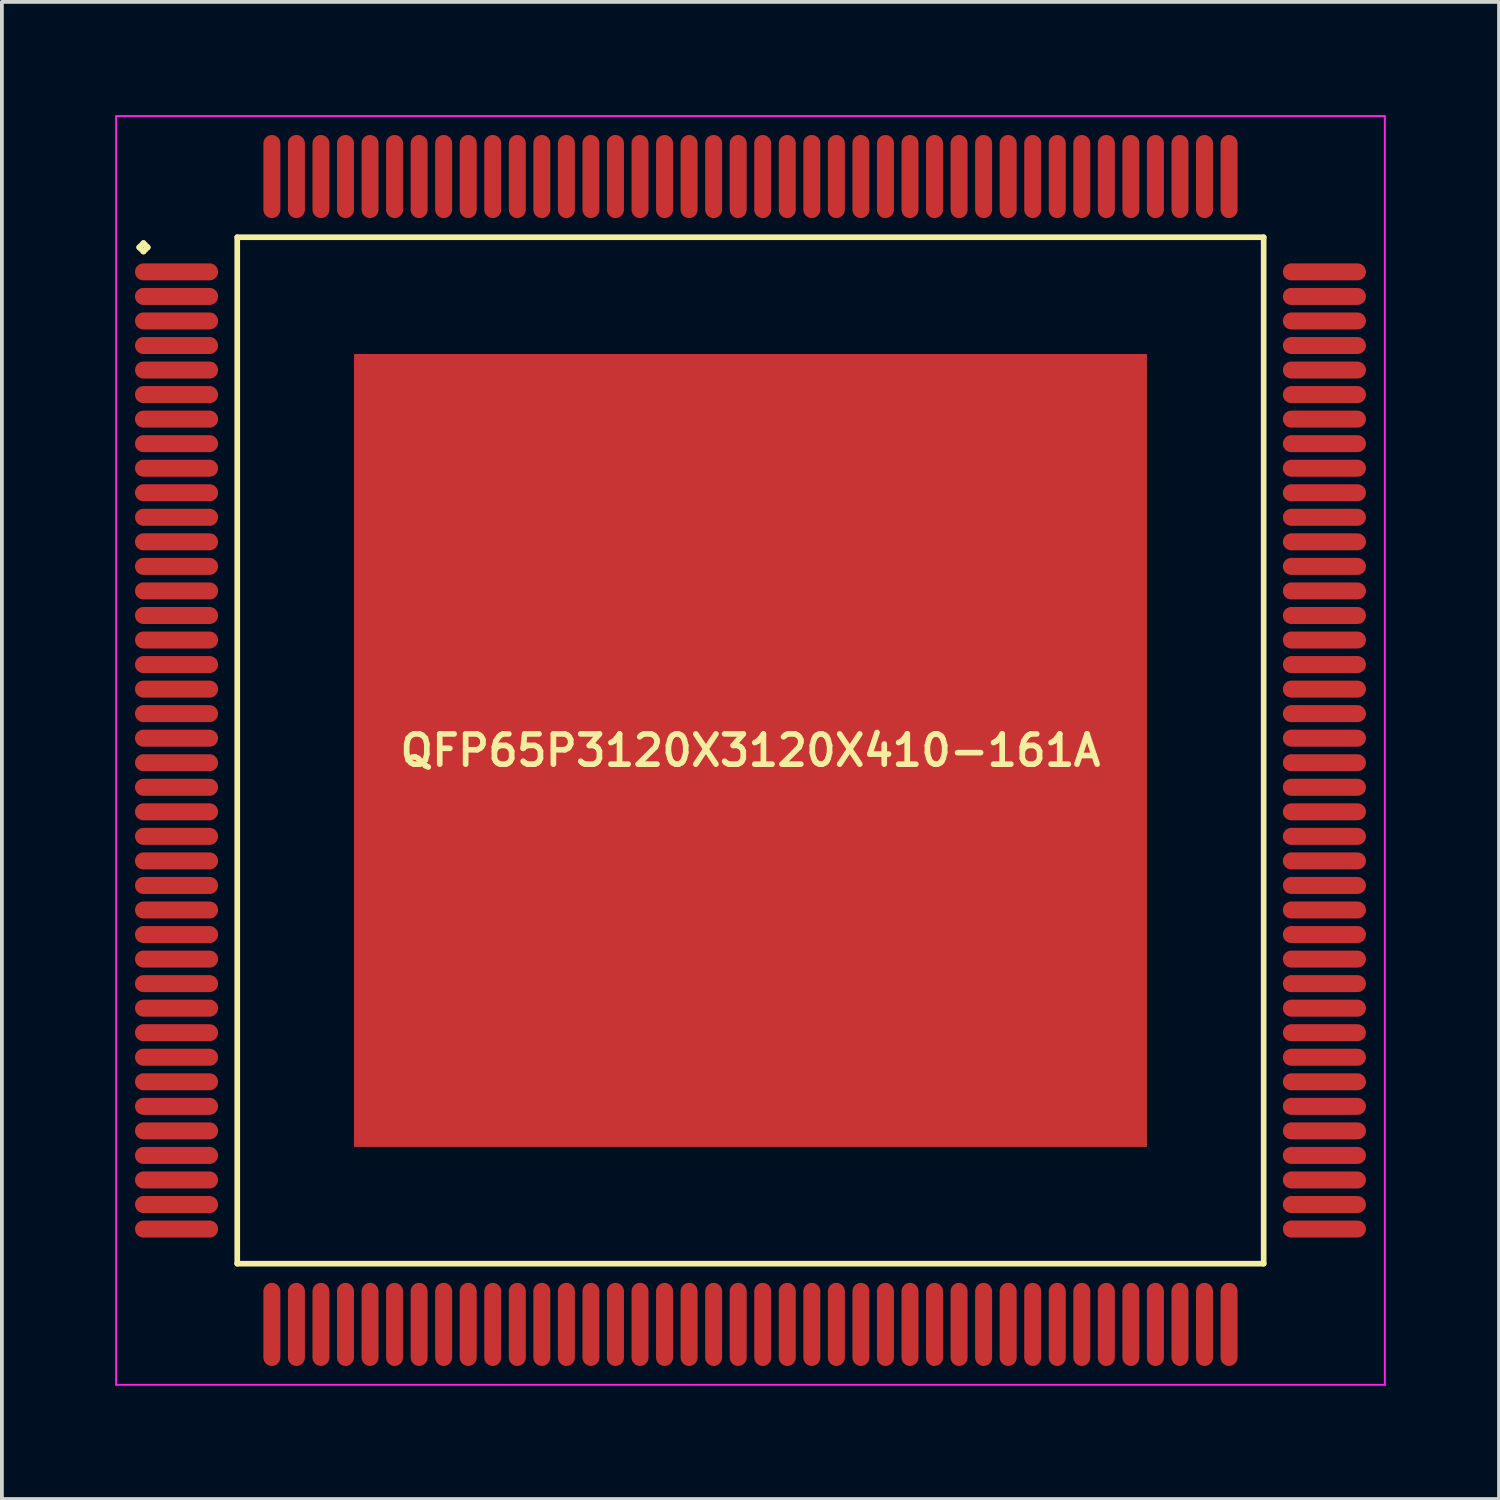
<source format=kicad_pcb>
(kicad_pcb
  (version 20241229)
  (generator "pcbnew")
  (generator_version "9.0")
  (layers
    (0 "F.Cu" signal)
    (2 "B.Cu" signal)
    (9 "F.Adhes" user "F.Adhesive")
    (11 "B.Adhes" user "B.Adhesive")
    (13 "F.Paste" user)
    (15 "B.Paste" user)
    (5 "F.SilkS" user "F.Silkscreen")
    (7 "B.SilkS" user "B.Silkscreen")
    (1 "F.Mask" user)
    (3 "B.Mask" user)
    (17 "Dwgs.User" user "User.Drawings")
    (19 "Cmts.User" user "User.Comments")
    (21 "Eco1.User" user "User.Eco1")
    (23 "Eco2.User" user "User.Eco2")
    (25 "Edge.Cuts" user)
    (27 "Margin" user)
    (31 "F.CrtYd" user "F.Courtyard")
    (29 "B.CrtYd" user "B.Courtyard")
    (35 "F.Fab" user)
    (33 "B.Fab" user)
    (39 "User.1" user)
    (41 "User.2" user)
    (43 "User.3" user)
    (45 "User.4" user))
  (footprint "QFP65P3120X3120X410-161A"
    (layer "F.Cu")
    (at 16.825 16.825)
    (property "Reference" "QFP65P3120X3120X410-161A" (at 0 0 0) (layer "F.SilkS") (effects (font (size 0.8 0.8) (thickness 0.15))))
    (attr smd)
    (fp_line (start -16.188 -13.325) (end -16.075 -13.438) (stroke (width 0.15) (type solid)) (layer "F.SilkS"))
    (fp_line (start -16.075 -13.438) (end -15.963 -13.325) (stroke (width 0.15) (type solid)) (layer "F.SilkS"))
    (fp_line (start -16.075 -13.213) (end -16.188 -13.325) (stroke (width 0.15) (type solid)) (layer "F.SilkS"))
    (fp_line (start -15.963 -13.325) (end -16.075 -13.213) (stroke (width 0.15) (type solid)) (layer "F.SilkS"))
    (fp_line (start -13.592 -13.592) (end -13.592 13.592) (stroke (width 0.15) (type solid)) (layer "F.SilkS"))
    (fp_line (start -13.592 13.592) (end 13.592 13.592) (stroke (width 0.15) (type solid)) (layer "F.SilkS"))
    (fp_line (start 13.592 -13.592) (end -13.592 -13.592) (stroke (width 0.15) (type solid)) (layer "F.SilkS"))
    (fp_line (start 13.592 13.592) (end 13.592 -13.592) (stroke (width 0.15) (type solid)) (layer "F.SilkS"))
    (fp_line (start -16.8 -16.8) (end 16.8 -16.8) (stroke (width 0.05) (type solid)) (layer "F.CrtYd"))
    (fp_line (start -16.8 16.8) (end -16.8 -16.8) (stroke (width 0.05) (type solid)) (layer "F.CrtYd"))
    (fp_line (start 16.8 -16.8) (end 16.8 16.8) (stroke (width 0.05) (type solid)) (layer "F.CrtYd"))
    (fp_line (start 16.8 16.8) (end -16.8 16.8) (stroke (width 0.05) (type solid)) (layer "F.CrtYd"))
    (pad "1" smd oval (at -15.2 -12.675) (size 2.2 0.45) (layers "F.Cu" "F.Mask" "F.Paste"))
    (pad "2" smd oval (at -15.2 -12.025) (size 2.2 0.45) (layers "F.Cu" "F.Mask" "F.Paste"))
    (pad "3" smd oval (at -15.2 -11.375) (size 2.2 0.45) (layers "F.Cu" "F.Mask" "F.Paste"))
    (pad "4" smd oval (at -15.2 -10.725) (size 2.2 0.45) (layers "F.Cu" "F.Mask" "F.Paste"))
    (pad "5" smd oval (at -15.2 -10.075) (size 2.2 0.45) (layers "F.Cu" "F.Mask" "F.Paste"))
    (pad "6" smd oval (at -15.2 -9.425) (size 2.2 0.45) (layers "F.Cu" "F.Mask" "F.Paste"))
    (pad "7" smd oval (at -15.2 -8.775) (size 2.2 0.45) (layers "F.Cu" "F.Mask" "F.Paste"))
    (pad "8" smd oval (at -15.2 -8.125) (size 2.2 0.45) (layers "F.Cu" "F.Mask" "F.Paste"))
    (pad "9" smd oval (at -15.2 -7.475) (size 2.2 0.45) (layers "F.Cu" "F.Mask" "F.Paste"))
    (pad "10" smd oval (at -15.2 -6.825) (size 2.2 0.45) (layers "F.Cu" "F.Mask" "F.Paste"))
    (pad "11" smd oval (at -15.2 -6.175) (size 2.2 0.45) (layers "F.Cu" "F.Mask" "F.Paste"))
    (pad "12" smd oval (at -15.2 -5.525) (size 2.2 0.45) (layers "F.Cu" "F.Mask" "F.Paste"))
    (pad "13" smd oval (at -15.2 -4.875) (size 2.2 0.45) (layers "F.Cu" "F.Mask" "F.Paste"))
    (pad "14" smd oval (at -15.2 -4.225) (size 2.2 0.45) (layers "F.Cu" "F.Mask" "F.Paste"))
    (pad "15" smd oval (at -15.2 -3.575) (size 2.2 0.45) (layers "F.Cu" "F.Mask" "F.Paste"))
    (pad "16" smd oval (at -15.2 -2.925) (size 2.2 0.45) (layers "F.Cu" "F.Mask" "F.Paste"))
    (pad "17" smd oval (at -15.2 -2.275) (size 2.2 0.45) (layers "F.Cu" "F.Mask" "F.Paste"))
    (pad "18" smd oval (at -15.2 -1.625) (size 2.2 0.45) (layers "F.Cu" "F.Mask" "F.Paste"))
    (pad "19" smd oval (at -15.2 -0.975) (size 2.2 0.45) (layers "F.Cu" "F.Mask" "F.Paste"))
    (pad "20" smd oval (at -15.2 -0.325) (size 2.2 0.45) (layers "F.Cu" "F.Mask" "F.Paste"))
    (pad "21" smd oval (at -15.2 0.325) (size 2.2 0.45) (layers "F.Cu" "F.Mask" "F.Paste"))
    (pad "22" smd oval (at -15.2 0.975) (size 2.2 0.45) (layers "F.Cu" "F.Mask" "F.Paste"))
    (pad "23" smd oval (at -15.2 1.625) (size 2.2 0.45) (layers "F.Cu" "F.Mask" "F.Paste"))
    (pad "24" smd oval (at -15.2 2.275) (size 2.2 0.45) (layers "F.Cu" "F.Mask" "F.Paste"))
    (pad "25" smd oval (at -15.2 2.925) (size 2.2 0.45) (layers "F.Cu" "F.Mask" "F.Paste"))
    (pad "26" smd oval (at -15.2 3.575) (size 2.2 0.45) (layers "F.Cu" "F.Mask" "F.Paste"))
    (pad "27" smd oval (at -15.2 4.225) (size 2.2 0.45) (layers "F.Cu" "F.Mask" "F.Paste"))
    (pad "28" smd oval (at -15.2 4.875) (size 2.2 0.45) (layers "F.Cu" "F.Mask" "F.Paste"))
    (pad "29" smd oval (at -15.2 5.525) (size 2.2 0.45) (layers "F.Cu" "F.Mask" "F.Paste"))
    (pad "30" smd oval (at -15.2 6.175) (size 2.2 0.45) (layers "F.Cu" "F.Mask" "F.Paste"))
    (pad "31" smd oval (at -15.2 6.825) (size 2.2 0.45) (layers "F.Cu" "F.Mask" "F.Paste"))
    (pad "32" smd oval (at -15.2 7.475) (size 2.2 0.45) (layers "F.Cu" "F.Mask" "F.Paste"))
    (pad "33" smd oval (at -15.2 8.125) (size 2.2 0.45) (layers "F.Cu" "F.Mask" "F.Paste"))
    (pad "34" smd oval (at -15.2 8.775) (size 2.2 0.45) (layers "F.Cu" "F.Mask" "F.Paste"))
    (pad "35" smd oval (at -15.2 9.425) (size 2.2 0.45) (layers "F.Cu" "F.Mask" "F.Paste"))
    (pad "36" smd oval (at -15.2 10.075) (size 2.2 0.45) (layers "F.Cu" "F.Mask" "F.Paste"))
    (pad "37" smd oval (at -15.2 10.725) (size 2.2 0.45) (layers "F.Cu" "F.Mask" "F.Paste"))
    (pad "38" smd oval (at -15.2 11.375) (size 2.2 0.45) (layers "F.Cu" "F.Mask" "F.Paste"))
    (pad "39" smd oval (at -15.2 12.025) (size 2.2 0.45) (layers "F.Cu" "F.Mask" "F.Paste"))
    (pad "40" smd oval (at -15.2 12.675) (size 2.2 0.45) (layers "F.Cu" "F.Mask" "F.Paste"))
    (pad "41" smd oval (at -12.675 15.2) (size 0.45 2.2) (layers "F.Cu" "F.Mask" "F.Paste"))
    (pad "42" smd oval (at -12.025 15.2) (size 0.45 2.2) (layers "F.Cu" "F.Mask" "F.Paste"))
    (pad "43" smd oval (at -11.375 15.2) (size 0.45 2.2) (layers "F.Cu" "F.Mask" "F.Paste"))
    (pad "44" smd oval (at -10.725 15.2) (size 0.45 2.2) (layers "F.Cu" "F.Mask" "F.Paste"))
    (pad "45" smd oval (at -10.075 15.2) (size 0.45 2.2) (layers "F.Cu" "F.Mask" "F.Paste"))
    (pad "46" smd oval (at -9.425 15.2) (size 0.45 2.2) (layers "F.Cu" "F.Mask" "F.Paste"))
    (pad "47" smd oval (at -8.775 15.2) (size 0.45 2.2) (layers "F.Cu" "F.Mask" "F.Paste"))
    (pad "48" smd oval (at -8.125 15.2) (size 0.45 2.2) (layers "F.Cu" "F.Mask" "F.Paste"))
    (pad "49" smd oval (at -7.475 15.2) (size 0.45 2.2) (layers "F.Cu" "F.Mask" "F.Paste"))
    (pad "50" smd oval (at -6.825 15.2) (size 0.45 2.2) (layers "F.Cu" "F.Mask" "F.Paste"))
    (pad "51" smd oval (at -6.175 15.2) (size 0.45 2.2) (layers "F.Cu" "F.Mask" "F.Paste"))
    (pad "52" smd oval (at -5.525 15.2) (size 0.45 2.2) (layers "F.Cu" "F.Mask" "F.Paste"))
    (pad "53" smd oval (at -4.875 15.2) (size 0.45 2.2) (layers "F.Cu" "F.Mask" "F.Paste"))
    (pad "54" smd oval (at -4.225 15.2) (size 0.45 2.2) (layers "F.Cu" "F.Mask" "F.Paste"))
    (pad "55" smd oval (at -3.575 15.2) (size 0.45 2.2) (layers "F.Cu" "F.Mask" "F.Paste"))
    (pad "56" smd oval (at -2.925 15.2) (size 0.45 2.2) (layers "F.Cu" "F.Mask" "F.Paste"))
    (pad "57" smd oval (at -2.275 15.2) (size 0.45 2.2) (layers "F.Cu" "F.Mask" "F.Paste"))
    (pad "58" smd oval (at -1.625 15.2) (size 0.45 2.2) (layers "F.Cu" "F.Mask" "F.Paste"))
    (pad "59" smd oval (at -0.975 15.2) (size 0.45 2.2) (layers "F.Cu" "F.Mask" "F.Paste"))
    (pad "60" smd oval (at -0.325 15.2) (size 0.45 2.2) (layers "F.Cu" "F.Mask" "F.Paste"))
    (pad "61" smd oval (at 0.325 15.2) (size 0.45 2.2) (layers "F.Cu" "F.Mask" "F.Paste"))
    (pad "62" smd oval (at 0.975 15.2) (size 0.45 2.2) (layers "F.Cu" "F.Mask" "F.Paste"))
    (pad "63" smd oval (at 1.625 15.2) (size 0.45 2.2) (layers "F.Cu" "F.Mask" "F.Paste"))
    (pad "64" smd oval (at 2.275 15.2) (size 0.45 2.2) (layers "F.Cu" "F.Mask" "F.Paste"))
    (pad "65" smd oval (at 2.925 15.2) (size 0.45 2.2) (layers "F.Cu" "F.Mask" "F.Paste"))
    (pad "66" smd oval (at 3.575 15.2) (size 0.45 2.2) (layers "F.Cu" "F.Mask" "F.Paste"))
    (pad "67" smd oval (at 4.225 15.2) (size 0.45 2.2) (layers "F.Cu" "F.Mask" "F.Paste"))
    (pad "68" smd oval (at 4.875 15.2) (size 0.45 2.2) (layers "F.Cu" "F.Mask" "F.Paste"))
    (pad "69" smd oval (at 5.525 15.2) (size 0.45 2.2) (layers "F.Cu" "F.Mask" "F.Paste"))
    (pad "70" smd oval (at 6.175 15.2) (size 0.45 2.2) (layers "F.Cu" "F.Mask" "F.Paste"))
    (pad "71" smd oval (at 6.825 15.2) (size 0.45 2.2) (layers "F.Cu" "F.Mask" "F.Paste"))
    (pad "72" smd oval (at 7.475 15.2) (size 0.45 2.2) (layers "F.Cu" "F.Mask" "F.Paste"))
    (pad "73" smd oval (at 8.125 15.2) (size 0.45 2.2) (layers "F.Cu" "F.Mask" "F.Paste"))
    (pad "74" smd oval (at 8.775 15.2) (size 0.45 2.2) (layers "F.Cu" "F.Mask" "F.Paste"))
    (pad "75" smd oval (at 9.425 15.2) (size 0.45 2.2) (layers "F.Cu" "F.Mask" "F.Paste"))
    (pad "76" smd oval (at 10.075 15.2) (size 0.45 2.2) (layers "F.Cu" "F.Mask" "F.Paste"))
    (pad "77" smd oval (at 10.725 15.2) (size 0.45 2.2) (layers "F.Cu" "F.Mask" "F.Paste"))
    (pad "78" smd oval (at 11.375 15.2) (size 0.45 2.2) (layers "F.Cu" "F.Mask" "F.Paste"))
    (pad "79" smd oval (at 12.025 15.2) (size 0.45 2.2) (layers "F.Cu" "F.Mask" "F.Paste"))
    (pad "80" smd oval (at 12.675 15.2) (size 0.45 2.2) (layers "F.Cu" "F.Mask" "F.Paste"))
    (pad "81" smd oval (at 15.2 12.675) (size 2.2 0.45) (layers "F.Cu" "F.Mask" "F.Paste"))
    (pad "82" smd oval (at 15.2 12.025) (size 2.2 0.45) (layers "F.Cu" "F.Mask" "F.Paste"))
    (pad "83" smd oval (at 15.2 11.375) (size 2.2 0.45) (layers "F.Cu" "F.Mask" "F.Paste"))
    (pad "84" smd oval (at 15.2 10.725) (size 2.2 0.45) (layers "F.Cu" "F.Mask" "F.Paste"))
    (pad "85" smd oval (at 15.2 10.075) (size 2.2 0.45) (layers "F.Cu" "F.Mask" "F.Paste"))
    (pad "86" smd oval (at 15.2 9.425) (size 2.2 0.45) (layers "F.Cu" "F.Mask" "F.Paste"))
    (pad "87" smd oval (at 15.2 8.775) (size 2.2 0.45) (layers "F.Cu" "F.Mask" "F.Paste"))
    (pad "88" smd oval (at 15.2 8.125) (size 2.2 0.45) (layers "F.Cu" "F.Mask" "F.Paste"))
    (pad "89" smd oval (at 15.2 7.475) (size 2.2 0.45) (layers "F.Cu" "F.Mask" "F.Paste"))
    (pad "90" smd oval (at 15.2 6.825) (size 2.2 0.45) (layers "F.Cu" "F.Mask" "F.Paste"))
    (pad "91" smd oval (at 15.2 6.175) (size 2.2 0.45) (layers "F.Cu" "F.Mask" "F.Paste"))
    (pad "92" smd oval (at 15.2 5.525) (size 2.2 0.45) (layers "F.Cu" "F.Mask" "F.Paste"))
    (pad "93" smd oval (at 15.2 4.875) (size 2.2 0.45) (layers "F.Cu" "F.Mask" "F.Paste"))
    (pad "94" smd oval (at 15.2 4.225) (size 2.2 0.45) (layers "F.Cu" "F.Mask" "F.Paste"))
    (pad "95" smd oval (at 15.2 3.575) (size 2.2 0.45) (layers "F.Cu" "F.Mask" "F.Paste"))
    (pad "96" smd oval (at 15.2 2.925) (size 2.2 0.45) (layers "F.Cu" "F.Mask" "F.Paste"))
    (pad "97" smd oval (at 15.2 2.275) (size 2.2 0.45) (layers "F.Cu" "F.Mask" "F.Paste"))
    (pad "98" smd oval (at 15.2 1.625) (size 2.2 0.45) (layers "F.Cu" "F.Mask" "F.Paste"))
    (pad "99" smd oval (at 15.2 0.975) (size 2.2 0.45) (layers "F.Cu" "F.Mask" "F.Paste"))
    (pad "100" smd oval (at 15.2 0.325) (size 2.2 0.45) (layers "F.Cu" "F.Mask" "F.Paste"))
    (pad "101" smd oval (at 15.2 -0.325) (size 2.2 0.45) (layers "F.Cu" "F.Mask" "F.Paste"))
    (pad "102" smd oval (at 15.2 -0.975) (size 2.2 0.45) (layers "F.Cu" "F.Mask" "F.Paste"))
    (pad "103" smd oval (at 15.2 -1.625) (size 2.2 0.45) (layers "F.Cu" "F.Mask" "F.Paste"))
    (pad "104" smd oval (at 15.2 -2.275) (size 2.2 0.45) (layers "F.Cu" "F.Mask" "F.Paste"))
    (pad "105" smd oval (at 15.2 -2.925) (size 2.2 0.45) (layers "F.Cu" "F.Mask" "F.Paste"))
    (pad "106" smd oval (at 15.2 -3.575) (size 2.2 0.45) (layers "F.Cu" "F.Mask" "F.Paste"))
    (pad "107" smd oval (at 15.2 -4.225) (size 2.2 0.45) (layers "F.Cu" "F.Mask" "F.Paste"))
    (pad "108" smd oval (at 15.2 -4.875) (size 2.2 0.45) (layers "F.Cu" "F.Mask" "F.Paste"))
    (pad "109" smd oval (at 15.2 -5.525) (size 2.2 0.45) (layers "F.Cu" "F.Mask" "F.Paste"))
    (pad "110" smd oval (at 15.2 -6.175) (size 2.2 0.45) (layers "F.Cu" "F.Mask" "F.Paste"))
    (pad "111" smd oval (at 15.2 -6.825) (size 2.2 0.45) (layers "F.Cu" "F.Mask" "F.Paste"))
    (pad "112" smd oval (at 15.2 -7.475) (size 2.2 0.45) (layers "F.Cu" "F.Mask" "F.Paste"))
    (pad "113" smd oval (at 15.2 -8.125) (size 2.2 0.45) (layers "F.Cu" "F.Mask" "F.Paste"))
    (pad "114" smd oval (at 15.2 -8.775) (size 2.2 0.45) (layers "F.Cu" "F.Mask" "F.Paste"))
    (pad "115" smd oval (at 15.2 -9.425) (size 2.2 0.45) (layers "F.Cu" "F.Mask" "F.Paste"))
    (pad "116" smd oval (at 15.2 -10.075) (size 2.2 0.45) (layers "F.Cu" "F.Mask" "F.Paste"))
    (pad "117" smd oval (at 15.2 -10.725) (size 2.2 0.45) (layers "F.Cu" "F.Mask" "F.Paste"))
    (pad "118" smd oval (at 15.2 -11.375) (size 2.2 0.45) (layers "F.Cu" "F.Mask" "F.Paste"))
    (pad "119" smd oval (at 15.2 -12.025) (size 2.2 0.45) (layers "F.Cu" "F.Mask" "F.Paste"))
    (pad "120" smd oval (at 15.2 -12.675) (size 2.2 0.45) (layers "F.Cu" "F.Mask" "F.Paste"))
    (pad "121" smd oval (at 12.675 -15.2) (size 0.45 2.2) (layers "F.Cu" "F.Mask" "F.Paste"))
    (pad "122" smd oval (at 12.025 -15.2) (size 0.45 2.2) (layers "F.Cu" "F.Mask" "F.Paste"))
    (pad "123" smd oval (at 11.375 -15.2) (size 0.45 2.2) (layers "F.Cu" "F.Mask" "F.Paste"))
    (pad "124" smd oval (at 10.725 -15.2) (size 0.45 2.2) (layers "F.Cu" "F.Mask" "F.Paste"))
    (pad "125" smd oval (at 10.075 -15.2) (size 0.45 2.2) (layers "F.Cu" "F.Mask" "F.Paste"))
    (pad "126" smd oval (at 9.425 -15.2) (size 0.45 2.2) (layers "F.Cu" "F.Mask" "F.Paste"))
    (pad "127" smd oval (at 8.775 -15.2) (size 0.45 2.2) (layers "F.Cu" "F.Mask" "F.Paste"))
    (pad "128" smd oval (at 8.125 -15.2) (size 0.45 2.2) (layers "F.Cu" "F.Mask" "F.Paste"))
    (pad "129" smd oval (at 7.475 -15.2) (size 0.45 2.2) (layers "F.Cu" "F.Mask" "F.Paste"))
    (pad "130" smd oval (at 6.825 -15.2) (size 0.45 2.2) (layers "F.Cu" "F.Mask" "F.Paste"))
    (pad "131" smd oval (at 6.175 -15.2) (size 0.45 2.2) (layers "F.Cu" "F.Mask" "F.Paste"))
    (pad "132" smd oval (at 5.525 -15.2) (size 0.45 2.2) (layers "F.Cu" "F.Mask" "F.Paste"))
    (pad "133" smd oval (at 4.875 -15.2) (size 0.45 2.2) (layers "F.Cu" "F.Mask" "F.Paste"))
    (pad "134" smd oval (at 4.225 -15.2) (size 0.45 2.2) (layers "F.Cu" "F.Mask" "F.Paste"))
    (pad "135" smd oval (at 3.575 -15.2) (size 0.45 2.2) (layers "F.Cu" "F.Mask" "F.Paste"))
    (pad "136" smd oval (at 2.925 -15.2) (size 0.45 2.2) (layers "F.Cu" "F.Mask" "F.Paste"))
    (pad "137" smd oval (at 2.275 -15.2) (size 0.45 2.2) (layers "F.Cu" "F.Mask" "F.Paste"))
    (pad "138" smd oval (at 1.625 -15.2) (size 0.45 2.2) (layers "F.Cu" "F.Mask" "F.Paste"))
    (pad "139" smd oval (at 0.975 -15.2) (size 0.45 2.2) (layers "F.Cu" "F.Mask" "F.Paste"))
    (pad "140" smd oval (at 0.325 -15.2) (size 0.45 2.2) (layers "F.Cu" "F.Mask" "F.Paste"))
    (pad "141" smd oval (at -0.325 -15.2) (size 0.45 2.2) (layers "F.Cu" "F.Mask" "F.Paste"))
    (pad "142" smd oval (at -0.975 -15.2) (size 0.45 2.2) (layers "F.Cu" "F.Mask" "F.Paste"))
    (pad "143" smd oval (at -1.625 -15.2) (size 0.45 2.2) (layers "F.Cu" "F.Mask" "F.Paste"))
    (pad "144" smd oval (at -2.275 -15.2) (size 0.45 2.2) (layers "F.Cu" "F.Mask" "F.Paste"))
    (pad "145" smd oval (at -2.925 -15.2) (size 0.45 2.2) (layers "F.Cu" "F.Mask" "F.Paste"))
    (pad "146" smd oval (at -3.575 -15.2) (size 0.45 2.2) (layers "F.Cu" "F.Mask" "F.Paste"))
    (pad "147" smd oval (at -4.225 -15.2) (size 0.45 2.2) (layers "F.Cu" "F.Mask" "F.Paste"))
    (pad "148" smd oval (at -4.875 -15.2) (size 0.45 2.2) (layers "F.Cu" "F.Mask" "F.Paste"))
    (pad "149" smd oval (at -5.525 -15.2) (size 0.45 2.2) (layers "F.Cu" "F.Mask" "F.Paste"))
    (pad "150" smd oval (at -6.175 -15.2) (size 0.45 2.2) (layers "F.Cu" "F.Mask" "F.Paste"))
    (pad "151" smd oval (at -6.825 -15.2) (size 0.45 2.2) (layers "F.Cu" "F.Mask" "F.Paste"))
    (pad "152" smd oval (at -7.475 -15.2) (size 0.45 2.2) (layers "F.Cu" "F.Mask" "F.Paste"))
    (pad "153" smd oval (at -8.125 -15.2) (size 0.45 2.2) (layers "F.Cu" "F.Mask" "F.Paste"))
    (pad "154" smd oval (at -8.775 -15.2) (size 0.45 2.2) (layers "F.Cu" "F.Mask" "F.Paste"))
    (pad "155" smd oval (at -9.425 -15.2) (size 0.45 2.2) (layers "F.Cu" "F.Mask" "F.Paste"))
    (pad "156" smd oval (at -10.075 -15.2) (size 0.45 2.2) (layers "F.Cu" "F.Mask" "F.Paste"))
    (pad "157" smd oval (at -10.725 -15.2) (size 0.45 2.2) (layers "F.Cu" "F.Mask" "F.Paste"))
    (pad "158" smd oval (at -11.375 -15.2) (size 0.45 2.2) (layers "F.Cu" "F.Mask" "F.Paste"))
    (pad "159" smd oval (at -12.025 -15.2) (size 0.45 2.2) (layers "F.Cu" "F.Mask" "F.Paste"))
    (pad "160" smd oval (at -12.675 -15.2) (size 0.45 2.2) (layers "F.Cu" "F.Mask" "F.Paste"))
    (pad "161" smd rect (at 0 0) (size 21 21) (layers "F.Cu" "F.Mask" "F.Paste")))
  (gr_rect
    (start -3 -3)
    (end 36.65 36.65)
    (stroke (width 0.1) (type default))
    (fill no)
    (layer "Edge.Cuts")))
</source>
